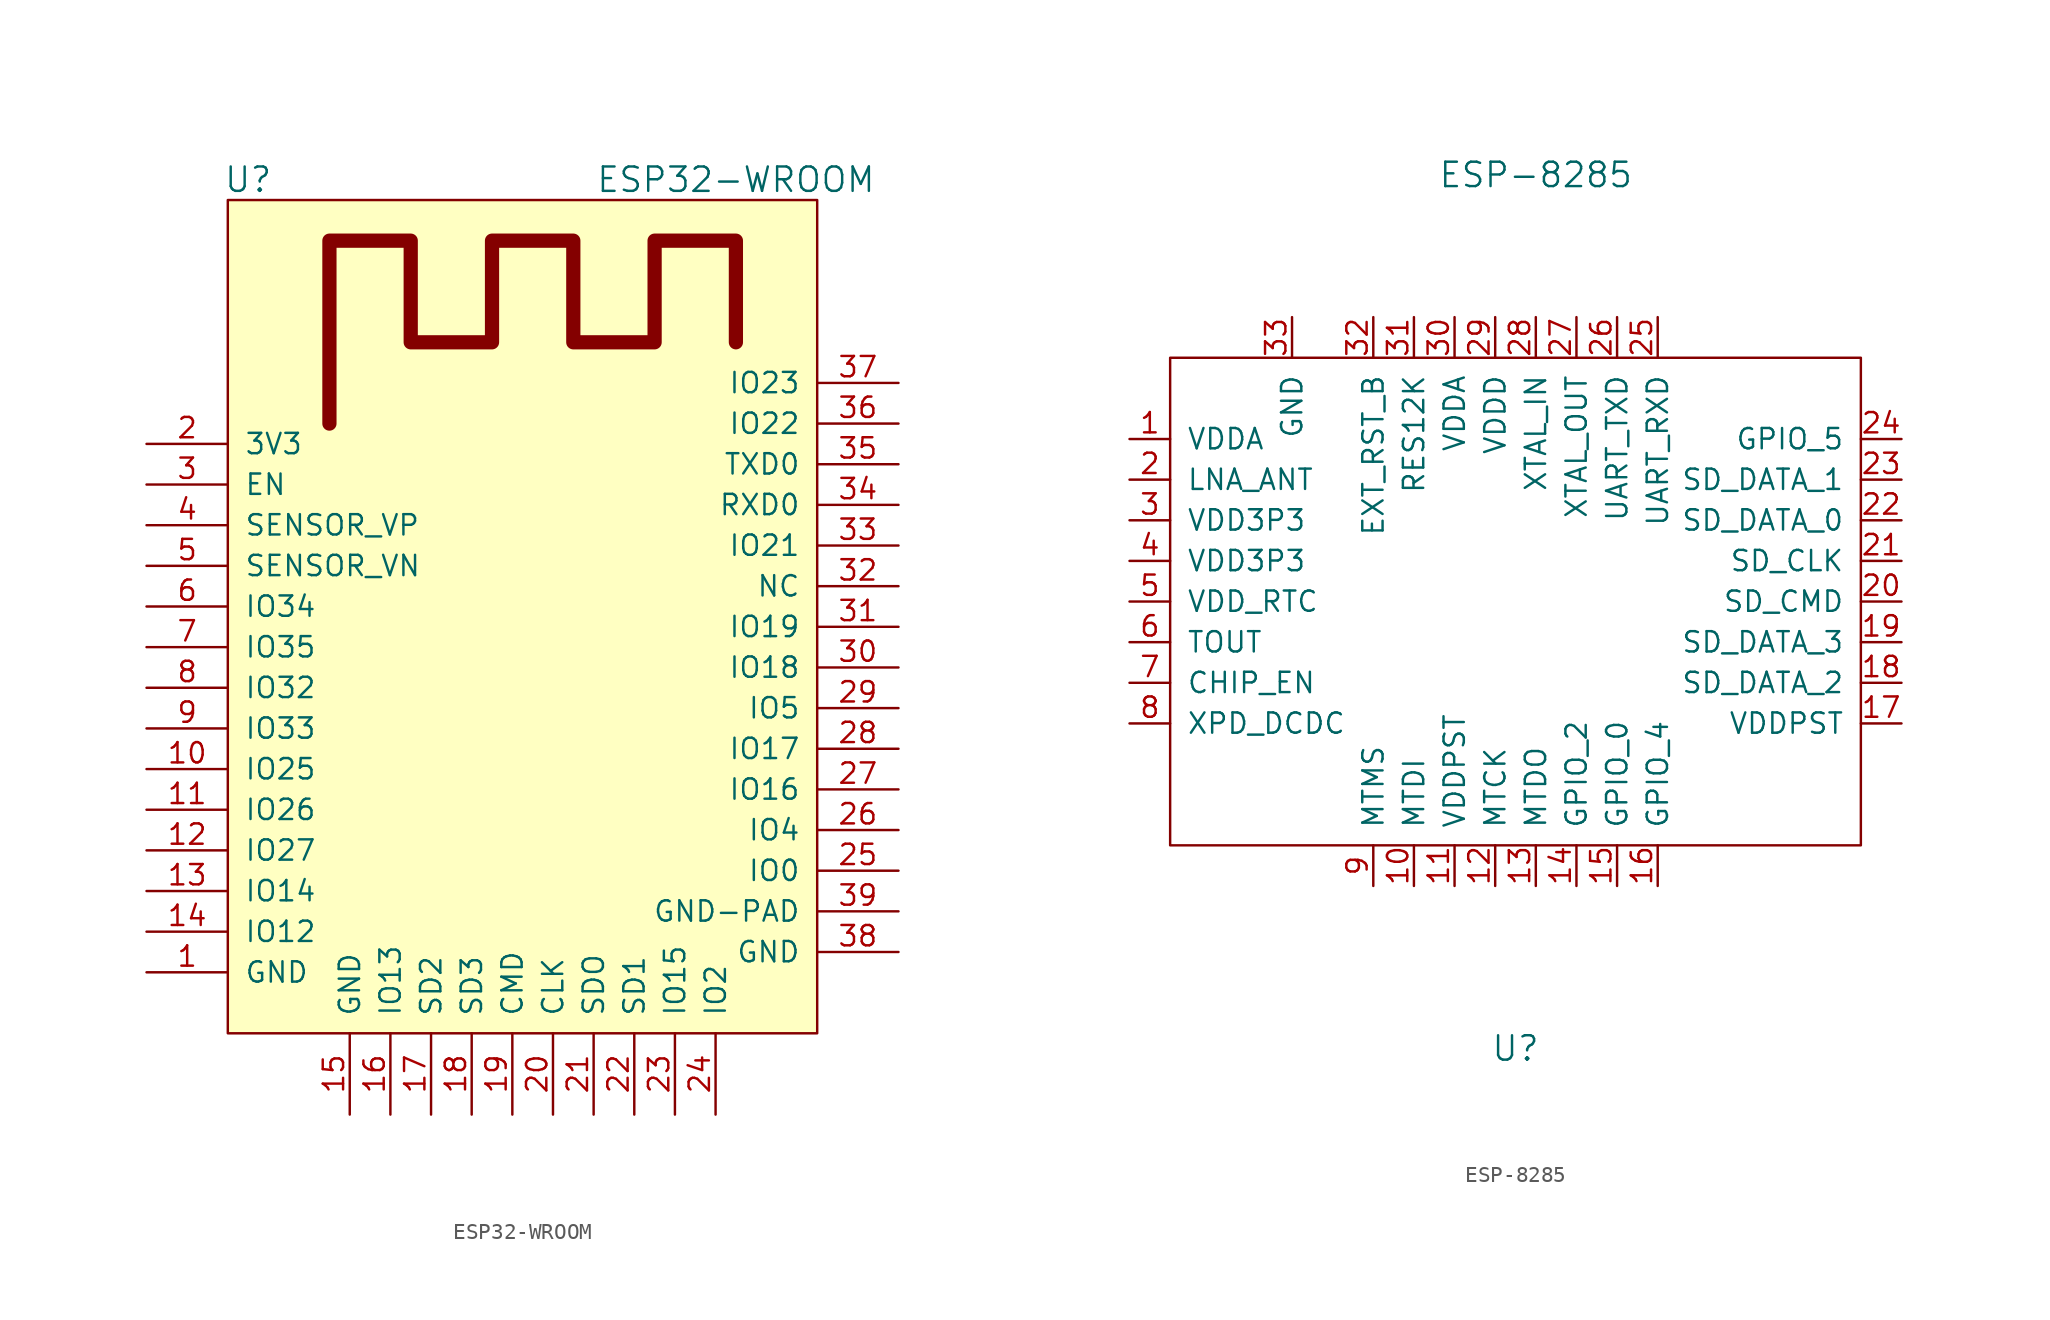
<source format=kicad_sym>
(kicad_symbol_lib
  (version 20210619)
  (generator kicad_symbol_editor)
  (symbol "nicos-parts:ESP32-WROOM"
    (pin_names
      (offset 1.016))
    (property "Reference" "U"
      (at -17.78 31.75 0)
      (effects (font (size 1.524 1.524))))
    (property "Value" "ESP32-WROOM"
      (at 12.7 31.75 0)
      (effects (font (size 1.524 1.524))))
    (symbol "ESP32-WROOM_0_1"
      (rectangle (start -19.05 30.48) (end 17.78 -21.59) (stroke (width 0)) (fill (type background)))
      (polyline (pts (xy -12.7 16.51) (xy -12.7 27.94) (xy -7.62 27.94) (xy -7.62 21.59) (xy -2.54 21.59) (xy -2.54 27.94) (xy 2.54 27.94) (xy 2.54 21.59) (xy 7.62 21.59) (xy 7.62 27.94) (xy 12.7 27.94) (xy 12.7 21.59)) (stroke (width 0.889)) (fill (type none))))
    (symbol "ESP32-WROOM_1_1"
      (pin input line (at -24.13 -17.78 0) (length 5.08) (name "GND" (effects (font (size 1.27 1.27)))) (number "1" (effects (font (size 1.27 1.27)))))
      (pin input line (at -24.13 -5.08 0) (length 5.08) (name "IO25" (effects (font (size 1.27 1.27)))) (number "10" (effects (font (size 1.27 1.27)))))
      (pin input line (at -24.13 -7.62 0) (length 5.08) (name "IO26" (effects (font (size 1.27 1.27)))) (number "11" (effects (font (size 1.27 1.27)))))
      (pin input line (at -24.13 -10.16 0) (length 5.08) (name "IO27" (effects (font (size 1.27 1.27)))) (number "12" (effects (font (size 1.27 1.27)))))
      (pin input line (at -24.13 -12.7 0) (length 5.08) (name "IO14" (effects (font (size 1.27 1.27)))) (number "13" (effects (font (size 1.27 1.27)))))
      (pin input line (at -24.13 -15.24 0) (length 5.08) (name "IO12" (effects (font (size 1.27 1.27)))) (number "14" (effects (font (size 1.27 1.27)))))
      (pin input line (at -11.43 -26.67 90) (length 5.08) (name "GND" (effects (font (size 1.27 1.27)))) (number "15" (effects (font (size 1.27 1.27)))))
      (pin input line (at -8.89 -26.67 90) (length 5.08) (name "IO13" (effects (font (size 1.27 1.27)))) (number "16" (effects (font (size 1.27 1.27)))))
      (pin input line (at -6.35 -26.67 90) (length 5.08) (name "SD2" (effects (font (size 1.27 1.27)))) (number "17" (effects (font (size 1.27 1.27)))))
      (pin input line (at -3.81 -26.67 90) (length 5.08) (name "SD3" (effects (font (size 1.27 1.27)))) (number "18" (effects (font (size 1.27 1.27)))))
      (pin input line (at -1.27 -26.67 90) (length 5.08) (name "CMD" (effects (font (size 1.27 1.27)))) (number "19" (effects (font (size 1.27 1.27)))))
      (pin input line (at -24.13 15.24 0) (length 5.08) (name "3V3" (effects (font (size 1.27 1.27)))) (number "2" (effects (font (size 1.27 1.27)))))
      (pin input line (at 1.27 -26.67 90) (length 5.08) (name "CLK" (effects (font (size 1.27 1.27)))) (number "20" (effects (font (size 1.27 1.27)))))
      (pin input line (at 3.81 -26.67 90) (length 5.08) (name "SDO" (effects (font (size 1.27 1.27)))) (number "21" (effects (font (size 1.27 1.27)))))
      (pin input line (at 6.35 -26.67 90) (length 5.08) (name "SD1" (effects (font (size 1.27 1.27)))) (number "22" (effects (font (size 1.27 1.27)))))
      (pin input line (at 8.89 -26.67 90) (length 5.08) (name "IO15" (effects (font (size 1.27 1.27)))) (number "23" (effects (font (size 1.27 1.27)))))
      (pin input line (at 11.43 -26.67 90) (length 5.08) (name "IO2" (effects (font (size 1.27 1.27)))) (number "24" (effects (font (size 1.27 1.27)))))
      (pin input line (at 22.86 -11.43 180) (length 5.08) (name "IO0" (effects (font (size 1.27 1.27)))) (number "25" (effects (font (size 1.27 1.27)))))
      (pin input line (at 22.86 -8.89 180) (length 5.08) (name "IO4" (effects (font (size 1.27 1.27)))) (number "26" (effects (font (size 1.27 1.27)))))
      (pin input line (at 22.86 -6.35 180) (length 5.08) (name "IO16" (effects (font (size 1.27 1.27)))) (number "27" (effects (font (size 1.27 1.27)))))
      (pin input line (at 22.86 -3.81 180) (length 5.08) (name "IO17" (effects (font (size 1.27 1.27)))) (number "28" (effects (font (size 1.27 1.27)))))
      (pin input line (at 22.86 -1.27 180) (length 5.08) (name "IO5" (effects (font (size 1.27 1.27)))) (number "29" (effects (font (size 1.27 1.27)))))
      (pin input line (at -24.13 12.7 0) (length 5.08) (name "EN" (effects (font (size 1.27 1.27)))) (number "3" (effects (font (size 1.27 1.27)))))
      (pin input line (at 22.86 1.27 180) (length 5.08) (name "IO18" (effects (font (size 1.27 1.27)))) (number "30" (effects (font (size 1.27 1.27)))))
      (pin input line (at 22.86 3.81 180) (length 5.08) (name "IO19" (effects (font (size 1.27 1.27)))) (number "31" (effects (font (size 1.27 1.27)))))
      (pin input line (at 22.86 6.35 180) (length 5.08) (name "NC" (effects (font (size 1.27 1.27)))) (number "32" (effects (font (size 1.27 1.27)))))
      (pin input line (at 22.86 8.89 180) (length 5.08) (name "IO21" (effects (font (size 1.27 1.27)))) (number "33" (effects (font (size 1.27 1.27)))))
      (pin input line (at 22.86 11.43 180) (length 5.08) (name "RXD0" (effects (font (size 1.27 1.27)))) (number "34" (effects (font (size 1.27 1.27)))))
      (pin input line (at 22.86 13.97 180) (length 5.08) (name "TXD0" (effects (font (size 1.27 1.27)))) (number "35" (effects (font (size 1.27 1.27)))))
      (pin input line (at 22.86 16.51 180) (length 5.08) (name "IO22" (effects (font (size 1.27 1.27)))) (number "36" (effects (font (size 1.27 1.27)))))
      (pin input line (at 22.86 19.05 180) (length 5.08) (name "IO23" (effects (font (size 1.27 1.27)))) (number "37" (effects (font (size 1.27 1.27)))))
      (pin input line (at 22.86 -16.51 180) (length 5.08) (name "GND" (effects (font (size 1.27 1.27)))) (number "38" (effects (font (size 1.27 1.27)))))
      (pin input line (at 22.86 -13.97 180) (length 5.08) (name "GND-PAD" (effects (font (size 1.27 1.27)))) (number "39" (effects (font (size 1.27 1.27)))))
      (pin input line (at -24.13 10.16 0) (length 5.08) (name "SENSOR_VP" (effects (font (size 1.27 1.27)))) (number "4" (effects (font (size 1.27 1.27)))))
      (pin input line (at -24.13 7.62 0) (length 5.08) (name "SENSOR_VN" (effects (font (size 1.27 1.27)))) (number "5" (effects (font (size 1.27 1.27)))))
      (pin input line (at -24.13 5.08 0) (length 5.08) (name "IO34" (effects (font (size 1.27 1.27)))) (number "6" (effects (font (size 1.27 1.27)))))
      (pin input line (at -24.13 2.54 0) (length 5.08) (name "IO35" (effects (font (size 1.27 1.27)))) (number "7" (effects (font (size 1.27 1.27)))))
      (pin input line (at -24.13 0 0) (length 5.08) (name "IO32" (effects (font (size 1.27 1.27)))) (number "8" (effects (font (size 1.27 1.27)))))
      (pin input line (at -24.13 -2.54 0) (length 5.08) (name "IO33" (effects (font (size 1.27 1.27)))) (number "9" (effects (font (size 1.27 1.27)))))))
  (symbol "nicos-parts:ESP-8285"
    (pin_names
      (offset 1.016))
    (property "Reference" "U"
      (at 0 -27.94 0)
      (effects (font (size 1.524 1.524))))
    (property "Value" "ESP-8285"
      (at 1.27 26.67 0)
      (effects (font (size 1.524 1.524))))
    (symbol "ESP-8285_0_1"
      (rectangle (start -21.59 15.24) (end 21.59 -15.24) (stroke (width 0)) (fill (type none))))
    (symbol "ESP-8285_1_1"
      (pin power_in line (at -24.13 10.16 0) (length 2.54) (name "VDDA" (effects (font (size 1.27 1.27)))) (number "1" (effects (font (size 1.27 1.27)))))
      (pin passive line (at -6.35 -17.78 90) (length 2.54) (name "MTDI" (effects (font (size 1.27 1.27)))) (number "10" (effects (font (size 1.27 1.27)))))
      (pin passive line (at -3.81 -17.78 90) (length 2.54) (name "VDDPST" (effects (font (size 1.27 1.27)))) (number "11" (effects (font (size 1.27 1.27)))))
      (pin passive line (at -1.27 -17.78 90) (length 2.54) (name "MTCK" (effects (font (size 1.27 1.27)))) (number "12" (effects (font (size 1.27 1.27)))))
      (pin passive line (at 1.27 -17.78 90) (length 2.54) (name "MTDO" (effects (font (size 1.27 1.27)))) (number "13" (effects (font (size 1.27 1.27)))))
      (pin passive line (at 3.81 -17.78 90) (length 2.54) (name "GPIO_2" (effects (font (size 1.27 1.27)))) (number "14" (effects (font (size 1.27 1.27)))))
      (pin passive line (at 6.35 -17.78 90) (length 2.54) (name "GPIO_0" (effects (font (size 1.27 1.27)))) (number "15" (effects (font (size 1.27 1.27)))))
      (pin passive line (at 8.89 -17.78 90) (length 2.54) (name "GPIO_4" (effects (font (size 1.27 1.27)))) (number "16" (effects (font (size 1.27 1.27)))))
      (pin passive line (at 24.13 -7.62 180) (length 2.54) (name "VDDPST" (effects (font (size 1.27 1.27)))) (number "17" (effects (font (size 1.27 1.27)))))
      (pin passive line (at 24.13 -5.08 180) (length 2.54) (name "SD_DATA_2" (effects (font (size 1.27 1.27)))) (number "18" (effects (font (size 1.27 1.27)))))
      (pin passive line (at 24.13 -2.54 180) (length 2.54) (name "SD_DATA_3" (effects (font (size 1.27 1.27)))) (number "19" (effects (font (size 1.27 1.27)))))
      (pin passive line (at -24.13 7.62 0) (length 2.54) (name "LNA_ANT" (effects (font (size 1.27 1.27)))) (number "2" (effects (font (size 1.27 1.27)))))
      (pin passive line (at 24.13 0 180) (length 2.54) (name "SD_CMD" (effects (font (size 1.27 1.27)))) (number "20" (effects (font (size 1.27 1.27)))))
      (pin passive line (at 24.13 2.54 180) (length 2.54) (name "SD_CLK" (effects (font (size 1.27 1.27)))) (number "21" (effects (font (size 1.27 1.27)))))
      (pin passive line (at 24.13 5.08 180) (length 2.54) (name "SD_DATA_0" (effects (font (size 1.27 1.27)))) (number "22" (effects (font (size 1.27 1.27)))))
      (pin passive line (at 24.13 7.62 180) (length 2.54) (name "SD_DATA_1" (effects (font (size 1.27 1.27)))) (number "23" (effects (font (size 1.27 1.27)))))
      (pin passive line (at 24.13 10.16 180) (length 2.54) (name "GPIO_5" (effects (font (size 1.27 1.27)))) (number "24" (effects (font (size 1.27 1.27)))))
      (pin passive line (at 8.89 17.78 270) (length 2.54) (name "UART_RXD" (effects (font (size 1.27 1.27)))) (number "25" (effects (font (size 1.27 1.27)))))
      (pin passive line (at 6.35 17.78 270) (length 2.54) (name "UART_TXD" (effects (font (size 1.27 1.27)))) (number "26" (effects (font (size 1.27 1.27)))))
      (pin passive line (at 3.81 17.78 270) (length 2.54) (name "XTAL_OUT" (effects (font (size 1.27 1.27)))) (number "27" (effects (font (size 1.27 1.27)))))
      (pin passive line (at 1.27 17.78 270) (length 2.54) (name "XTAL_IN" (effects (font (size 1.27 1.27)))) (number "28" (effects (font (size 1.27 1.27)))))
      (pin passive line (at -1.27 17.78 270) (length 2.54) (name "VDDD" (effects (font (size 1.27 1.27)))) (number "29" (effects (font (size 1.27 1.27)))))
      (pin power_in line (at -24.13 5.08 0) (length 2.54) (name "VDD3P3" (effects (font (size 1.27 1.27)))) (number "3" (effects (font (size 1.27 1.27)))))
      (pin passive line (at -3.81 17.78 270) (length 2.54) (name "VDDA" (effects (font (size 1.27 1.27)))) (number "30" (effects (font (size 1.27 1.27)))))
      (pin passive line (at -6.35 17.78 270) (length 2.54) (name "RES12K" (effects (font (size 1.27 1.27)))) (number "31" (effects (font (size 1.27 1.27)))))
      (pin passive line (at -8.89 17.78 270) (length 2.54) (name "EXT_RST_B" (effects (font (size 1.27 1.27)))) (number "32" (effects (font (size 1.27 1.27)))))
      (pin power_in line (at -13.97 17.78 270) (length 2.54) (name "GND" (effects (font (size 1.27 1.27)))) (number "33" (effects (font (size 1.27 1.27)))))
      (pin power_in line (at -24.13 2.54 0) (length 2.54) (name "VDD3P3" (effects (font (size 1.27 1.27)))) (number "4" (effects (font (size 1.27 1.27)))))
      (pin power_in line (at -24.13 0 0) (length 2.54) (name "VDD_RTC" (effects (font (size 1.27 1.27)))) (number "5" (effects (font (size 1.27 1.27)))))
      (pin passive line (at -24.13 -2.54 0) (length 2.54) (name "TOUT" (effects (font (size 1.27 1.27)))) (number "6" (effects (font (size 1.27 1.27)))))
      (pin passive line (at -24.13 -5.08 0) (length 2.54) (name "CHIP_EN" (effects (font (size 1.27 1.27)))) (number "7" (effects (font (size 1.27 1.27)))))
      (pin passive line (at -24.13 -7.62 0) (length 2.54) (name "XPD_DCDC" (effects (font (size 1.27 1.27)))) (number "8" (effects (font (size 1.27 1.27)))))
      (pin passive line (at -8.89 -17.78 90) (length 2.54) (name "MTMS" (effects (font (size 1.27 1.27)))) (number "9" (effects (font (size 1.27 1.27))))))))
</source>
